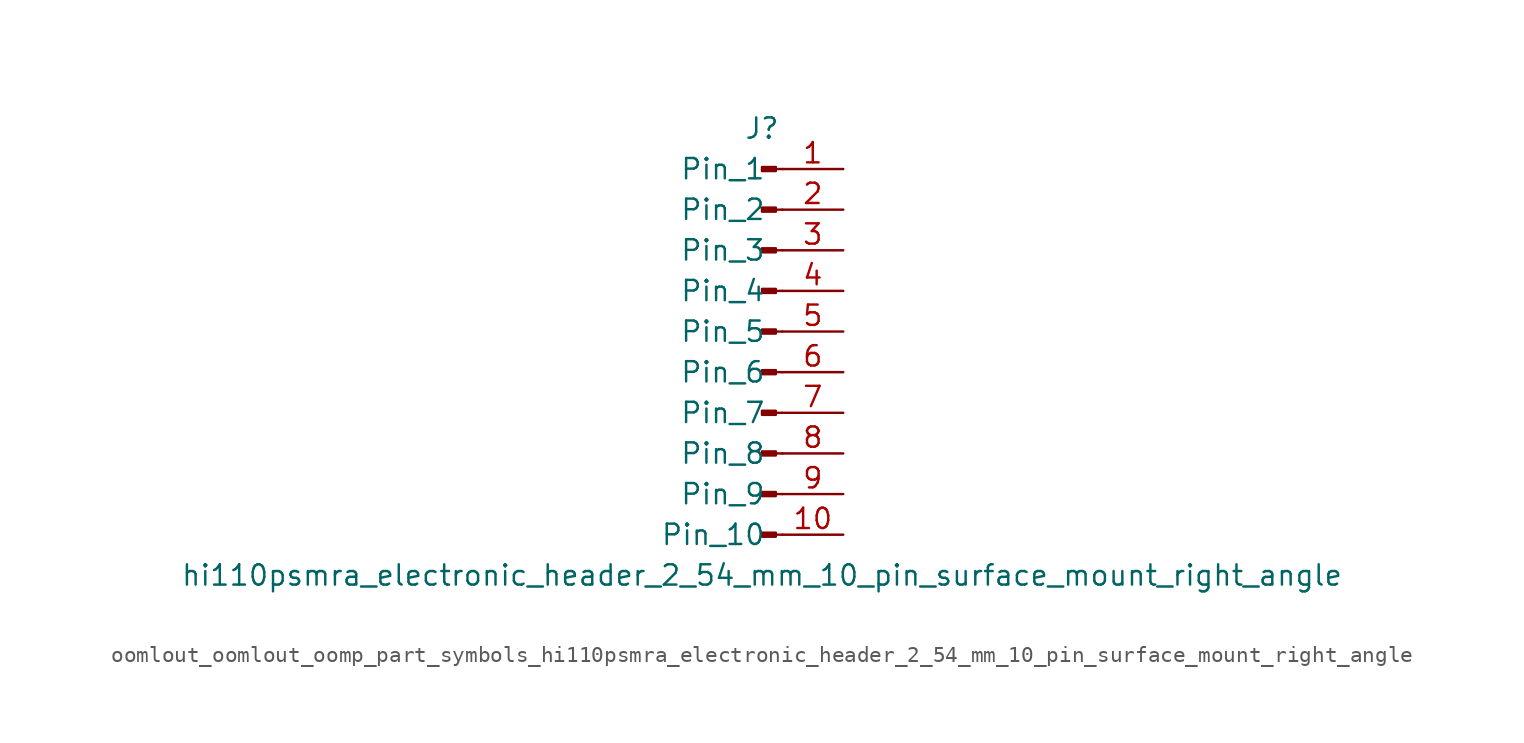
<source format=kicad_sym>
(kicad_symbol_lib
  (version 20220914)
  (generator kicad_symbol_editor)
  (symbol "oomlout_oomlout_oomp_part_symbols_hi110psmra_electronic_header_2_54_mm_10_pin_surface_mount_right_angle"
    (pin_names
      (offset 1.016))
    (property "Reference" "J"
      (at 0 12.7 0)
      (effects (font (size 1.27 1.27))))
    (property "Value" "hi110psmra_electronic_header_2_54_mm_10_pin_surface_mount_right_angle"
      (at 0 -15.24 0)
      (effects (font (size 1.27 1.27))))
    (property "ki_locked" ""
      (at 0 0 0)
      (effects (font (size 1.27 1.27))))
    (symbol "oomlout_oomlout_oomp_part_symbols_hi110psmra_electronic_header_2_54_mm_10_pin_surface_mount_right_angle_1_1"
      (polyline (pts (xy 1.27 -12.7) (xy 0.864 -12.7)) (stroke (width 0.152) (type default)) (fill (type none)))
      (polyline (pts (xy 1.27 -10.16) (xy 0.864 -10.16)) (stroke (width 0.152) (type default)) (fill (type none)))
      (polyline (pts (xy 1.27 -7.62) (xy 0.864 -7.62)) (stroke (width 0.152) (type default)) (fill (type none)))
      (polyline (pts (xy 1.27 -5.08) (xy 0.864 -5.08)) (stroke (width 0.152) (type default)) (fill (type none)))
      (polyline (pts (xy 1.27 -2.54) (xy 0.864 -2.54)) (stroke (width 0.152) (type default)) (fill (type none)))
      (polyline (pts (xy 1.27 0) (xy 0.864 0)) (stroke (width 0.152) (type default)) (fill (type none)))
      (polyline (pts (xy 1.27 2.54) (xy 0.864 2.54)) (stroke (width 0.152) (type default)) (fill (type none)))
      (polyline (pts (xy 1.27 5.08) (xy 0.864 5.08)) (stroke (width 0.152) (type default)) (fill (type none)))
      (polyline (pts (xy 1.27 7.62) (xy 0.864 7.62)) (stroke (width 0.152) (type default)) (fill (type none)))
      (polyline (pts (xy 1.27 10.16) (xy 0.864 10.16)) (stroke (width 0.152) (type default)) (fill (type none)))
      (rectangle (start 0.864 -12.573) (end 0 -12.827) (stroke (width 0.152) (type default)) (fill (type outline)))
      (rectangle (start 0.864 -10.033) (end 0 -10.287) (stroke (width 0.152) (type default)) (fill (type outline)))
      (rectangle (start 0.864 -7.493) (end 0 -7.747) (stroke (width 0.152) (type default)) (fill (type outline)))
      (rectangle (start 0.864 -4.953) (end 0 -5.207) (stroke (width 0.152) (type default)) (fill (type outline)))
      (rectangle (start 0.864 -2.413) (end 0 -2.667) (stroke (width 0.152) (type default)) (fill (type outline)))
      (rectangle (start 0.864 0.127) (end 0 -0.127) (stroke (width 0.152) (type default)) (fill (type outline)))
      (rectangle (start 0.864 2.667) (end 0 2.413) (stroke (width 0.152) (type default)) (fill (type outline)))
      (rectangle (start 0.864 5.207) (end 0 4.953) (stroke (width 0.152) (type default)) (fill (type outline)))
      (rectangle (start 0.864 7.747) (end 0 7.493) (stroke (width 0.152) (type default)) (fill (type outline)))
      (rectangle (start 0.864 10.287) (end 0 10.033) (stroke (width 0.152) (type default)) (fill (type outline)))
      (pin passive line (at 5.08 10.16 180) (length 3.81) (name "Pin_1" (effects (font (size 1.27 1.27)))) (number "1" (effects (font (size 1.27 1.27)))))
      (pin passive line (at 5.08 -12.7 180) (length 3.81) (name "Pin_10" (effects (font (size 1.27 1.27)))) (number "10" (effects (font (size 1.27 1.27)))))
      (pin passive line (at 5.08 7.62 180) (length 3.81) (name "Pin_2" (effects (font (size 1.27 1.27)))) (number "2" (effects (font (size 1.27 1.27)))))
      (pin passive line (at 5.08 5.08 180) (length 3.81) (name "Pin_3" (effects (font (size 1.27 1.27)))) (number "3" (effects (font (size 1.27 1.27)))))
      (pin passive line (at 5.08 2.54 180) (length 3.81) (name "Pin_4" (effects (font (size 1.27 1.27)))) (number "4" (effects (font (size 1.27 1.27)))))
      (pin passive line (at 5.08 0 180) (length 3.81) (name "Pin_5" (effects (font (size 1.27 1.27)))) (number "5" (effects (font (size 1.27 1.27)))))
      (pin passive line (at 5.08 -2.54 180) (length 3.81) (name "Pin_6" (effects (font (size 1.27 1.27)))) (number "6" (effects (font (size 1.27 1.27)))))
      (pin passive line (at 5.08 -5.08 180) (length 3.81) (name "Pin_7" (effects (font (size 1.27 1.27)))) (number "7" (effects (font (size 1.27 1.27)))))
      (pin passive line (at 5.08 -7.62 180) (length 3.81) (name "Pin_8" (effects (font (size 1.27 1.27)))) (number "8" (effects (font (size 1.27 1.27)))))
      (pin passive line (at 5.08 -10.16 180) (length 3.81) (name "Pin_9" (effects (font (size 1.27 1.27)))) (number "9" (effects (font (size 1.27 1.27))))))))
</source>
